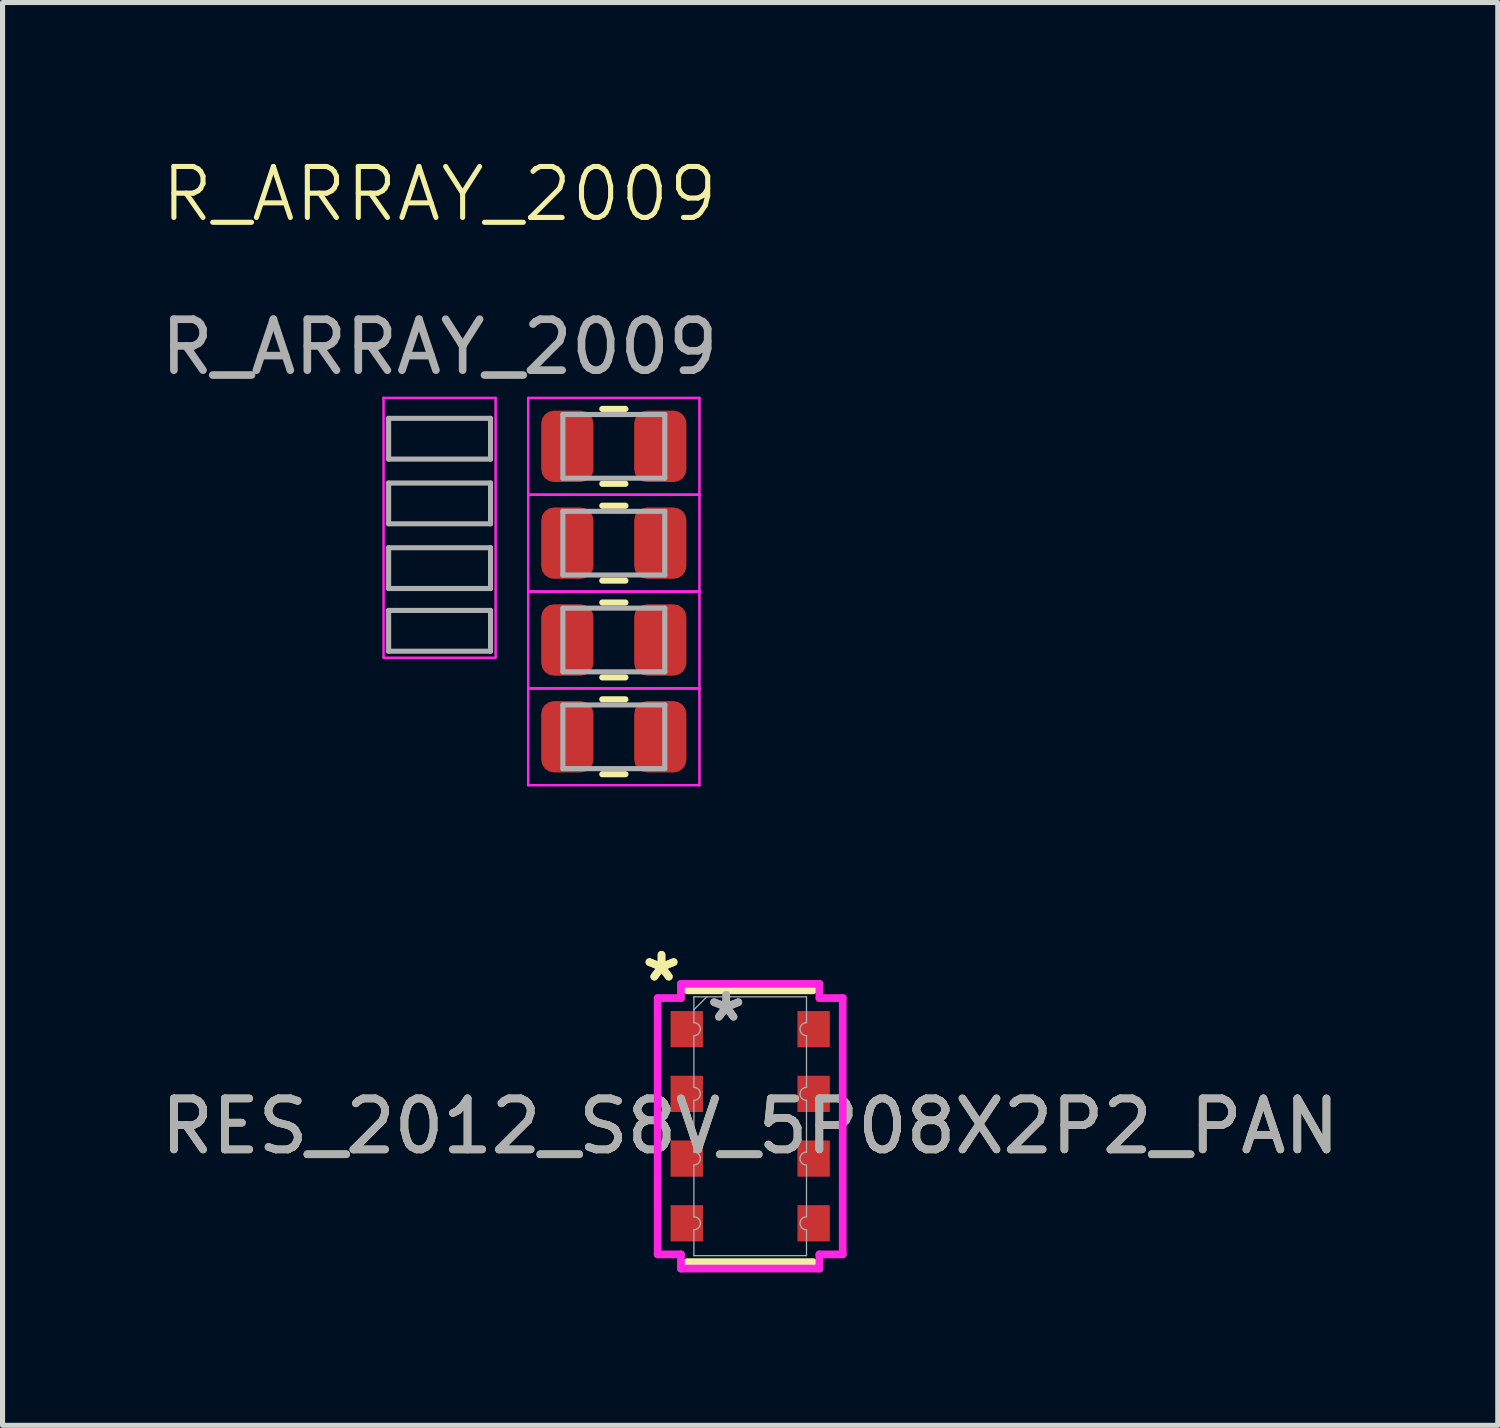
<source format=kicad_pcb>
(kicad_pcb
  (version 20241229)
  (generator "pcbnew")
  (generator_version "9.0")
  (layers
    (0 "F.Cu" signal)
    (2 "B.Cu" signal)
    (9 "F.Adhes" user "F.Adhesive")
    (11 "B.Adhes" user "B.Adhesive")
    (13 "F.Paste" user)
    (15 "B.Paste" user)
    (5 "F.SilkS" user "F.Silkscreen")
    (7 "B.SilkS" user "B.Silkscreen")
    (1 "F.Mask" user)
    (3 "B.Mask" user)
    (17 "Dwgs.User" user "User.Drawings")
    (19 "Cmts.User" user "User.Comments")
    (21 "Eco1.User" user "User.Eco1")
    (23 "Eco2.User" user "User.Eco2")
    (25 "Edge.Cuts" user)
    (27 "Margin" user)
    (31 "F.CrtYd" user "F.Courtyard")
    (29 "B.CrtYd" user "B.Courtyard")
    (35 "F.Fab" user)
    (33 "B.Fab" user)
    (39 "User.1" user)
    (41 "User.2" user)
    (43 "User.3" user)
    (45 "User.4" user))
  (footprint "R_ARRAY_2009"
    (layer "F.Cu")
    (at 5.577 1.26)
    (property "Reference" "R_ARRAY_2009" (at 0 -0.5 0) (unlocked yes) (layer "F.SilkS") (effects (font (size 1 1) (thickness 0.1))))
    (attr smd)
    (fp_line (start 3.193 3.715) (end 3.647 3.715) (stroke (width 0.12) (type solid)) (layer "F.SilkS"))
    (fp_line (start 3.193 5.185) (end 3.647 5.185) (stroke (width 0.12) (type solid)) (layer "F.SilkS"))
    (fp_line (start 3.193 5.615) (end 3.647 5.615) (stroke (width 0.12) (type solid)) (layer "F.SilkS"))
    (fp_line (start 3.193 7.085) (end 3.647 7.085) (stroke (width 0.12) (type solid)) (layer "F.SilkS"))
    (fp_line (start 3.193 7.515) (end 3.647 7.515) (stroke (width 0.12) (type solid)) (layer "F.SilkS"))
    (fp_line (start 3.193 8.985) (end 3.647 8.985) (stroke (width 0.12) (type solid)) (layer "F.SilkS"))
    (fp_line (start 3.193 9.415) (end 3.647 9.415) (stroke (width 0.12) (type solid)) (layer "F.SilkS"))
    (fp_line (start 3.193 10.885) (end 3.647 10.885) (stroke (width 0.12) (type solid)) (layer "F.SilkS"))
    (fp_line (start -1.1 3.5) (end 1.1 3.5) (stroke (width 0.05) (type solid)) (layer "F.CrtYd"))
    (fp_line (start -1.1 8.58) (end -1.1 3.5) (stroke (width 0.05) (type solid)) (layer "F.CrtYd"))
    (fp_line (start -1.1 8.6) (end 1.1 8.6) (stroke (width 0.05) (type solid)) (layer "F.CrtYd"))
    (fp_line (start 1.1 8.58) (end 1.1 3.5) (stroke (width 0.05) (type solid)) (layer "F.CrtYd"))
    (fp_line (start 1.74 3.5) (end 5.1 3.5) (stroke (width 0.05) (type solid)) (layer "F.CrtYd"))
    (fp_line (start 1.74 5.4) (end 1.74 3.5) (stroke (width 0.05) (type solid)) (layer "F.CrtYd"))
    (fp_line (start 1.74 5.4) (end 5.1 5.4) (stroke (width 0.05) (type solid)) (layer "F.CrtYd"))
    (fp_line (start 1.74 7.3) (end 1.74 5.4) (stroke (width 0.05) (type solid)) (layer "F.CrtYd"))
    (fp_line (start 1.74 7.3) (end 5.1 7.3) (stroke (width 0.05) (type solid)) (layer "F.CrtYd"))
    (fp_line (start 1.74 9.2) (end 1.74 7.3) (stroke (width 0.05) (type solid)) (layer "F.CrtYd"))
    (fp_line (start 1.74 9.2) (end 5.1 9.2) (stroke (width 0.05) (type solid)) (layer "F.CrtYd"))
    (fp_line (start 1.74 11.1) (end 1.74 9.2) (stroke (width 0.05) (type solid)) (layer "F.CrtYd"))
    (fp_line (start 5.1 3.5) (end 5.1 5.4) (stroke (width 0.05) (type solid)) (layer "F.CrtYd"))
    (fp_line (start 5.1 5.4) (end 1.74 5.4) (stroke (width 0.05) (type solid)) (layer "F.CrtYd"))
    (fp_line (start 5.1 5.4) (end 5.1 7.3) (stroke (width 0.05) (type solid)) (layer "F.CrtYd"))
    (fp_line (start 5.1 7.3) (end 1.74 7.3) (stroke (width 0.05) (type solid)) (layer "F.CrtYd"))
    (fp_line (start 5.1 7.3) (end 5.1 9.2) (stroke (width 0.05) (type solid)) (layer "F.CrtYd"))
    (fp_line (start 5.1 9.2) (end 1.74 9.2) (stroke (width 0.05) (type solid)) (layer "F.CrtYd"))
    (fp_line (start 5.1 9.2) (end 5.1 11.1) (stroke (width 0.05) (type solid)) (layer "F.CrtYd"))
    (fp_line (start 5.1 11.1) (end 1.74 11.1) (stroke (width 0.05) (type solid)) (layer "F.CrtYd"))
    (fp_line (start -1 3.9) (end -1 4.7) (stroke (width 0.1) (type solid)) (layer "F.Fab"))
    (fp_line (start -1 3.9) (end 1 3.9) (stroke (width 0.1) (type solid)) (layer "F.Fab"))
    (fp_line (start -1 5.17) (end -1 5.97) (stroke (width 0.1) (type solid)) (layer "F.Fab"))
    (fp_line (start -1 5.17) (end 1 5.17) (stroke (width 0.1) (type solid)) (layer "F.Fab"))
    (fp_line (start -1 5.97) (end 1 5.97) (stroke (width 0.1) (type solid)) (layer "F.Fab"))
    (fp_line (start -1 6.44) (end -1 7.24) (stroke (width 0.1) (type solid)) (layer "F.Fab"))
    (fp_line (start -1 6.44) (end 1 6.44) (stroke (width 0.1) (type solid)) (layer "F.Fab"))
    (fp_line (start -1 7.24) (end 1 7.24) (stroke (width 0.1) (type solid)) (layer "F.Fab"))
    (fp_line (start -1 7.67) (end -1 8.47) (stroke (width 0.1) (type solid)) (layer "F.Fab"))
    (fp_line (start -1 7.67) (end 1 7.67) (stroke (width 0.1) (type solid)) (layer "F.Fab"))
    (fp_line (start -1 8.47) (end 1 8.47) (stroke (width 0.1) (type solid)) (layer "F.Fab"))
    (fp_line (start 1 3.9) (end 1 4.7) (stroke (width 0.1) (type solid)) (layer "F.Fab"))
    (fp_line (start 1 4.7) (end -1 4.7) (stroke (width 0.1) (type solid)) (layer "F.Fab"))
    (fp_line (start 1 5.17) (end 1 5.97) (stroke (width 0.1) (type solid)) (layer "F.Fab"))
    (fp_line (start 1 6.44) (end 1 7.24) (stroke (width 0.1) (type solid)) (layer "F.Fab"))
    (fp_line (start 1 7.67) (end 1 8.47) (stroke (width 0.1) (type solid)) (layer "F.Fab"))
    (fp_line (start 2.42 3.825) (end 4.42 3.825) (stroke (width 0.1) (type solid)) (layer "F.Fab"))
    (fp_line (start 2.42 5.075) (end 2.42 3.825) (stroke (width 0.1) (type solid)) (layer "F.Fab"))
    (fp_line (start 2.42 5.725) (end 4.42 5.725) (stroke (width 0.1) (type solid)) (layer "F.Fab"))
    (fp_line (start 2.42 6.975) (end 2.42 5.725) (stroke (width 0.1) (type solid)) (layer "F.Fab"))
    (fp_line (start 2.42 7.625) (end 4.42 7.625) (stroke (width 0.1) (type solid)) (layer "F.Fab"))
    (fp_line (start 2.42 8.875) (end 2.42 7.625) (stroke (width 0.1) (type solid)) (layer "F.Fab"))
    (fp_line (start 2.42 9.525) (end 4.42 9.525) (stroke (width 0.1) (type solid)) (layer "F.Fab"))
    (fp_line (start 2.42 10.775) (end 2.42 9.525) (stroke (width 0.1) (type solid)) (layer "F.Fab"))
    (fp_line (start 4.42 3.825) (end 4.42 5.075) (stroke (width 0.1) (type solid)) (layer "F.Fab"))
    (fp_line (start 4.42 5.075) (end 2.42 5.075) (stroke (width 0.1) (type solid)) (layer "F.Fab"))
    (fp_line (start 4.42 5.725) (end 4.42 6.975) (stroke (width 0.1) (type solid)) (layer "F.Fab"))
    (fp_line (start 4.42 6.975) (end 2.42 6.975) (stroke (width 0.1) (type solid)) (layer "F.Fab"))
    (fp_line (start 4.42 7.625) (end 4.42 8.875) (stroke (width 0.1) (type solid)) (layer "F.Fab"))
    (fp_line (start 4.42 8.875) (end 2.42 8.875) (stroke (width 0.1) (type solid)) (layer "F.Fab"))
    (fp_line (start 4.42 9.525) (end 4.42 10.775) (stroke (width 0.1) (type solid)) (layer "F.Fab"))
    (fp_line (start 4.42 10.775) (end 2.42 10.775) (stroke (width 0.1) (type solid)) (layer "F.Fab"))
    (fp_text user "${REFERENCE}" (at 0 2.5 0) (unlocked yes) (layer "F.Fab") (effects (font (size 1 1) (thickness 0.15))))
    (pad "1" smd roundrect (at 2.507 4.45) (size 1.025 1.4) (layers "F.Cu" "F.Mask" "F.Paste") (roundrect_rratio 0.244))
    (pad "1" smd roundrect (at 2.507 6.35) (size 1.025 1.4) (layers "F.Cu" "F.Mask" "F.Paste") (roundrect_rratio 0.244))
    (pad "1" smd roundrect (at 2.507 8.25) (size 1.025 1.4) (layers "F.Cu" "F.Mask" "F.Paste") (roundrect_rratio 0.244))
    (pad "1" smd roundrect (at 2.507 10.15) (size 1.025 1.4) (layers "F.Cu" "F.Mask" "F.Paste") (roundrect_rratio 0.244))
    (pad "2" smd roundrect (at 4.332 4.45) (size 1.025 1.4) (layers "F.Cu" "F.Mask" "F.Paste") (roundrect_rratio 0.244))
    (pad "2" smd roundrect (at 4.332 6.35) (size 1.025 1.4) (layers "F.Cu" "F.Mask" "F.Paste") (roundrect_rratio 0.244))
    (pad "2" smd roundrect (at 4.332 8.25) (size 1.025 1.4) (layers "F.Cu" "F.Mask" "F.Paste") (roundrect_rratio 0.244))
    (pad "2" smd roundrect (at 4.332 10.15) (size 1.025 1.4) (layers "F.Cu" "F.Mask" "F.Paste") (roundrect_rratio 0.244)))
  (footprint "RES_2012_S8V_5P08X2P2_PAN"
    (layer "F.Cu")
    (at 11.673 19.053)
    (property "Reference" "RES_2012_S8V_5P08X2P2_PAN" (at 0 0 0) (unlocked yes) (layer "F.SilkS") (effects (font (size 1 1) (thickness 0.15))))
    (attr smd)
    (fp_line (start -1.232 -2.667) (end 1.232 -2.667) (stroke (width 0.152) (type solid)) (layer "F.SilkS"))
    (fp_line (start -1.232 2.667) (end 1.232 2.667) (stroke (width 0.152) (type solid)) (layer "F.SilkS"))
    (fp_line (start -1.816 -2.515) (end -1.359 -2.515) (stroke (width 0.152) (type solid)) (layer "F.CrtYd"))
    (fp_line (start -1.816 2.515) (end -1.816 -2.515) (stroke (width 0.152) (type solid)) (layer "F.CrtYd"))
    (fp_line (start -1.816 2.515) (end -1.359 2.515) (stroke (width 0.152) (type solid)) (layer "F.CrtYd"))
    (fp_line (start -1.359 -2.794) (end 1.359 -2.794) (stroke (width 0.152) (type solid)) (layer "F.CrtYd"))
    (fp_line (start -1.359 -2.515) (end -1.359 -2.794) (stroke (width 0.152) (type solid)) (layer "F.CrtYd"))
    (fp_line (start -1.359 2.794) (end -1.359 2.515) (stroke (width 0.152) (type solid)) (layer "F.CrtYd"))
    (fp_line (start 1.359 -2.794) (end 1.359 -2.515) (stroke (width 0.152) (type solid)) (layer "F.CrtYd"))
    (fp_line (start 1.359 2.515) (end 1.359 2.794) (stroke (width 0.152) (type solid)) (layer "F.CrtYd"))
    (fp_line (start 1.359 2.794) (end -1.359 2.794) (stroke (width 0.152) (type solid)) (layer "F.CrtYd"))
    (fp_line (start 1.816 -2.515) (end 1.359 -2.515) (stroke (width 0.152) (type solid)) (layer "F.CrtYd"))
    (fp_line (start 1.816 -2.515) (end 1.816 2.515) (stroke (width 0.152) (type solid)) (layer "F.CrtYd"))
    (fp_line (start 1.816 2.515) (end 1.359 2.515) (stroke (width 0.152) (type solid)) (layer "F.CrtYd"))
    (fp_line (start -1.105 -2.54) (end 1.105 -2.54) (stroke (width 0.025) (type solid)) (layer "F.Fab"))
    (fp_line (start -1.105 -2.032) (end -1.105 -2.54) (stroke (width 0.025) (type solid)) (layer "F.Fab"))
    (fp_line (start -1.105 -1.778) (end -1.105 -0.762) (stroke (width 0.025) (type solid)) (layer "F.Fab"))
    (fp_line (start -1.105 -0.508) (end -1.105 0.508) (stroke (width 0.025) (type solid)) (layer "F.Fab"))
    (fp_line (start -1.105 0.762) (end -1.105 1.778) (stroke (width 0.025) (type solid)) (layer "F.Fab"))
    (fp_line (start -1.105 2.032) (end -1.105 2.54) (stroke (width 0.025) (type solid)) (layer "F.Fab"))
    (fp_line (start -1.105 2.54) (end 1.105 2.54) (stroke (width 0.025) (type solid)) (layer "F.Fab"))
    (fp_line (start -0.851 -2.54) (end -1.105 -2.286) (stroke (width 0.025) (type solid)) (layer "F.Fab"))
    (fp_line (start 1.105 -2.032) (end 1.105 -2.54) (stroke (width 0.025) (type solid)) (layer "F.Fab"))
    (fp_line (start 1.105 -1.778) (end 1.105 -0.762) (stroke (width 0.025) (type solid)) (layer "F.Fab"))
    (fp_line (start 1.105 -0.508) (end 1.105 0.508) (stroke (width 0.025) (type solid)) (layer "F.Fab"))
    (fp_line (start 1.105 0.762) (end 1.105 1.778) (stroke (width 0.025) (type solid)) (layer "F.Fab"))
    (fp_line (start 1.105 2.032) (end 1.105 2.54) (stroke (width 0.025) (type solid)) (layer "F.Fab"))
    (fp_arc (start -1.1049 -2.032) (mid -0.9779 -1.905) (end -1.1049 -1.778) (stroke (width 0.0254) (type solid)) (layer "F.Fab"))
    (fp_arc (start -1.1049 -0.762) (mid -0.9779 -0.635) (end -1.1049 -0.508) (stroke (width 0.0254) (type solid)) (layer "F.Fab"))
    (fp_arc (start -1.1049 0.508) (mid -0.9779 0.635) (end -1.1049 0.762) (stroke (width 0.0254) (type solid)) (layer "F.Fab"))
    (fp_arc (start -1.1049 1.778) (mid -0.9779 1.905) (end -1.1049 2.032) (stroke (width 0.0254) (type solid)) (layer "F.Fab"))
    (fp_arc (start 1.1049 -1.778) (mid 0.9779 -1.905) (end 1.1049 -2.032) (stroke (width 0.0254) (type solid)) (layer "F.Fab"))
    (fp_arc (start 1.1049 -0.508) (mid 0.9779 -0.635) (end 1.1049 -0.762) (stroke (width 0.0254) (type solid)) (layer "F.Fab"))
    (fp_arc (start 1.1049 0.762) (mid 0.9779 0.635) (end 1.1049 0.508) (stroke (width 0.0254) (type solid)) (layer "F.Fab"))
    (fp_arc (start 1.1049 2.032) (mid 0.9779 1.905) (end 1.1049 1.778) (stroke (width 0.0254) (type solid)) (layer "F.Fab"))
    (fp_text user "*" (at -1.74 -2.819 0) (layer "F.SilkS") (effects (font (size 1 1) (thickness 0.15))))
    (fp_text user "*" (at -1.74 -2.819 0) (unlocked yes) (layer "F.SilkS") (effects (font (size 1 1) (thickness 0.15))))
    (fp_text user "${REFERENCE}" (at 0 0 0) (unlocked yes) (layer "F.Fab") (effects (font (size 1 1) (thickness 0.15))))
    (fp_text user "*" (at -0.47 -2.032 0) (unlocked yes) (layer "F.Fab") (effects (font (size 1 1) (thickness 0.15))))
    (fp_text user "*" (at -0.47 -2.032 0) (layer "F.Fab") (effects (font (size 1 1) (thickness 0.15))))
    (pad "1" smd rect (at -1.245 -1.905) (size 0.635 0.711) (layers "F.Cu" "F.Mask" "F.Paste"))
    (pad "2" smd rect (at -1.245 -0.635) (size 0.635 0.711) (layers "F.Cu" "F.Mask" "F.Paste"))
    (pad "3" smd rect (at -1.245 0.635) (size 0.635 0.711) (layers "F.Cu" "F.Mask" "F.Paste"))
    (pad "4" smd rect (at -1.245 1.905) (size 0.635 0.711) (layers "F.Cu" "F.Mask" "F.Paste"))
    (pad "5" smd rect (at 1.245 1.905) (size 0.635 0.711) (layers "F.Cu" "F.Mask" "F.Paste"))
    (pad "6" smd rect (at 1.245 0.635) (size 0.635 0.711) (layers "F.Cu" "F.Mask" "F.Paste"))
    (pad "7" smd rect (at 1.245 -0.635) (size 0.635 0.711) (layers "F.Cu" "F.Mask" "F.Paste"))
    (pad "8" smd rect (at 1.245 -1.905) (size 0.635 0.711) (layers "F.Cu" "F.Mask" "F.Paste")))
  (gr_rect
    (start -3 -3)
    (end 26.345 24.923)
    (stroke (width 0.1) (type default))
    (fill no)
    (layer "Edge.Cuts")))
</source>
